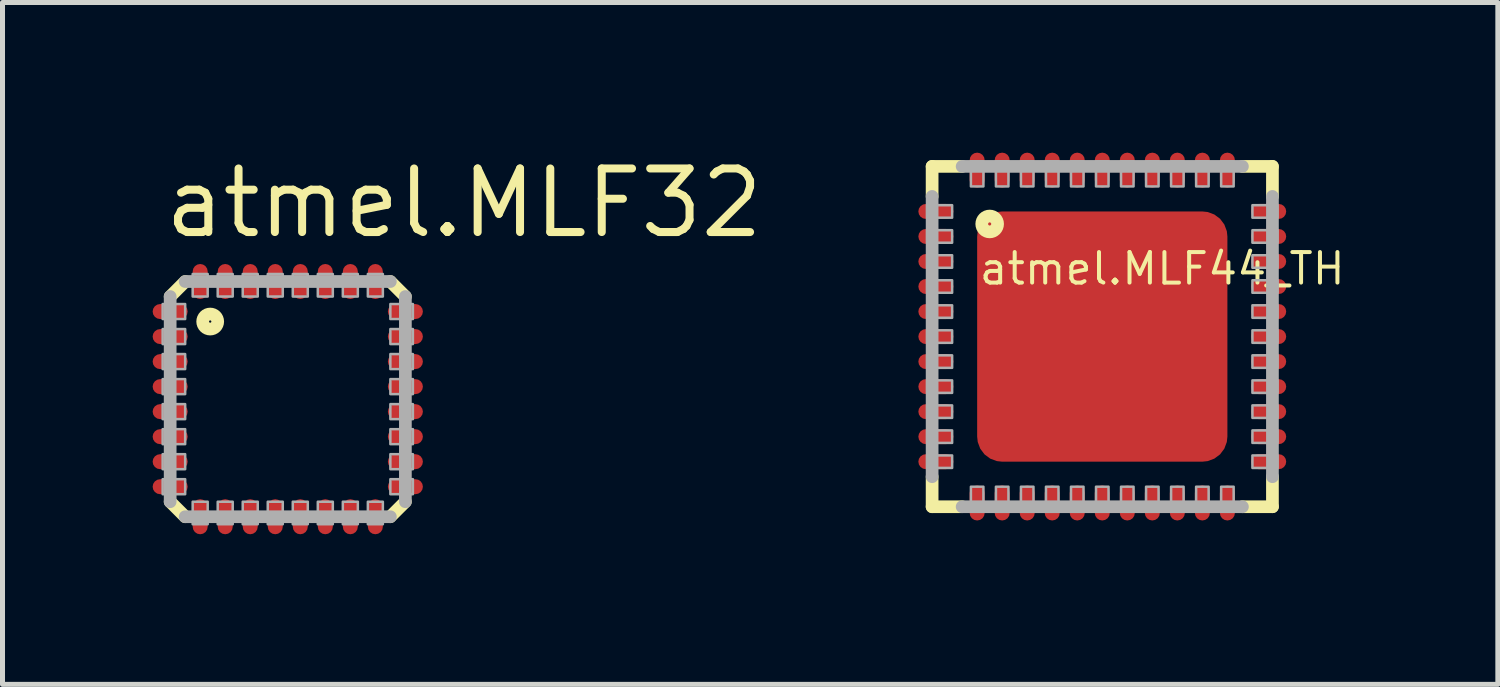
<source format=kicad_pcb>
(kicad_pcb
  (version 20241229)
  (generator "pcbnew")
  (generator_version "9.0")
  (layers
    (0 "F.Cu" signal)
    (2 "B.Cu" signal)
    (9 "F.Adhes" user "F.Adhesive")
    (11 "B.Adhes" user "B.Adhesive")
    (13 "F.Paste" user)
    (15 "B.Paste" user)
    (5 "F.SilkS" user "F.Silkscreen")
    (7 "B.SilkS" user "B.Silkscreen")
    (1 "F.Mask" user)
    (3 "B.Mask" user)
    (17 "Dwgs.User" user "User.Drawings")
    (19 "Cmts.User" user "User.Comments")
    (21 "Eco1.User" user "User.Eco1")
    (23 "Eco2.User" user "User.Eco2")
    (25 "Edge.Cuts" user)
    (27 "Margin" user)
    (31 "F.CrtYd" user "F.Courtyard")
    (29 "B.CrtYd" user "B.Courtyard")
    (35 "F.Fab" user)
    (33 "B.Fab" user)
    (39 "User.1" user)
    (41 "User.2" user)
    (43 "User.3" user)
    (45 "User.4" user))
  (footprint "atmel.MLF44_TH"
    (layer "F.Cu")
    (at 18.975 3.675)
    (property "Reference" "atmel.MLF44_TH" (at -2.5 -1 0) (layer "F.SilkS") (effects (font (size 0.61 0.61) (thickness 0.08)) (justify left bottom)))
    (attr smd)
    (fp_line (start -3.4 -3.4) (end -2.8 -3.4) (stroke (width 0.254) (type default)) (layer "F.SilkS"))
    (fp_line (start -3.4 -2.8) (end -3.4 -3.4) (stroke (width 0.254) (type default)) (layer "F.SilkS"))
    (fp_line (start -3.4 3.4) (end -3.4 2.8) (stroke (width 0.254) (type default)) (layer "F.SilkS"))
    (fp_line (start -2.8 3.4) (end -3.4 3.4) (stroke (width 0.254) (type default)) (layer "F.SilkS"))
    (fp_line (start 2.8 -3.4) (end 3.4 -3.4) (stroke (width 0.254) (type default)) (layer "F.SilkS"))
    (fp_line (start 3.4 -3.4) (end 3.4 -2.8) (stroke (width 0.254) (type default)) (layer "F.SilkS"))
    (fp_line (start 3.4 2.8) (end 3.4 3.4) (stroke (width 0.254) (type default)) (layer "F.SilkS"))
    (fp_line (start 3.4 3.4) (end 2.8 3.4) (stroke (width 0.254) (type default)) (layer "F.SilkS"))
    (fp_circle (center -2.25 -2.25) (end -2.092 -2.25) (stroke (width 0.254) (type default)) (fill no) (layer "F.SilkS"))
    (fp_line (start -3.4 2.8) (end -3.4 -2.8) (stroke (width 0.254) (type default)) (layer "F.Fab"))
    (fp_line (start -2.8 -3.4) (end 2.8 -3.4) (stroke (width 0.254) (type default)) (layer "F.Fab"))
    (fp_line (start 2.8 3.4) (end -2.8 3.4) (stroke (width 0.254) (type default)) (layer "F.Fab"))
    (fp_line (start 3.4 -2.8) (end 3.4 2.8) (stroke (width 0.254) (type default)) (layer "F.Fab"))
    (fp_rect (start -3.5 -2.375) (end -3 -2.625) (stroke (width 0.05) (type default)) (fill no) (layer "F.Fab"))
    (fp_rect (start -3.5 -1.875) (end -3 -2.125) (stroke (width 0.05) (type default)) (fill no) (layer "F.Fab"))
    (fp_rect (start -3.5 -1.375) (end -3 -1.625) (stroke (width 0.05) (type default)) (fill no) (layer "F.Fab"))
    (fp_rect (start -3.5 -0.875) (end -3 -1.125) (stroke (width 0.05) (type default)) (fill no) (layer "F.Fab"))
    (fp_rect (start -3.5 -0.375) (end -3 -0.625) (stroke (width 0.05) (type default)) (fill no) (layer "F.Fab"))
    (fp_rect (start -3.5 0.125) (end -3 -0.125) (stroke (width 0.05) (type default)) (fill no) (layer "F.Fab"))
    (fp_rect (start -3.5 0.625) (end -3 0.375) (stroke (width 0.05) (type default)) (fill no) (layer "F.Fab"))
    (fp_rect (start -3.5 1.125) (end -3 0.875) (stroke (width 0.05) (type default)) (fill no) (layer "F.Fab"))
    (fp_rect (start -3.5 1.625) (end -3 1.375) (stroke (width 0.05) (type default)) (fill no) (layer "F.Fab"))
    (fp_rect (start -3.5 2.125) (end -3 1.875) (stroke (width 0.05) (type default)) (fill no) (layer "F.Fab"))
    (fp_rect (start -3.5 2.625) (end -3 2.375) (stroke (width 0.05) (type default)) (fill no) (layer "F.Fab"))
    (fp_rect (start -2.625 -3) (end -2.375 -3.5) (stroke (width 0.05) (type default)) (fill no) (layer "F.Fab"))
    (fp_rect (start -2.625 3.5) (end -2.375 3) (stroke (width 0.05) (type default)) (fill no) (layer "F.Fab"))
    (fp_rect (start -2.125 -3) (end -1.875 -3.5) (stroke (width 0.05) (type default)) (fill no) (layer "F.Fab"))
    (fp_rect (start -2.125 3.5) (end -1.875 3) (stroke (width 0.05) (type default)) (fill no) (layer "F.Fab"))
    (fp_rect (start -1.625 -3) (end -1.375 -3.5) (stroke (width 0.05) (type default)) (fill no) (layer "F.Fab"))
    (fp_rect (start -1.625 3.5) (end -1.375 3) (stroke (width 0.05) (type default)) (fill no) (layer "F.Fab"))
    (fp_rect (start -1.125 -3) (end -0.875 -3.5) (stroke (width 0.05) (type default)) (fill no) (layer "F.Fab"))
    (fp_rect (start -1.125 3.5) (end -0.875 3) (stroke (width 0.05) (type default)) (fill no) (layer "F.Fab"))
    (fp_rect (start -0.625 -3) (end -0.375 -3.5) (stroke (width 0.05) (type default)) (fill no) (layer "F.Fab"))
    (fp_rect (start -0.625 3.5) (end -0.375 3) (stroke (width 0.05) (type default)) (fill no) (layer "F.Fab"))
    (fp_rect (start -0.125 -3) (end 0.125 -3.5) (stroke (width 0.05) (type default)) (fill no) (layer "F.Fab"))
    (fp_rect (start -0.125 3.5) (end 0.125 3) (stroke (width 0.05) (type default)) (fill no) (layer "F.Fab"))
    (fp_rect (start 0.375 -3) (end 0.625 -3.5) (stroke (width 0.05) (type default)) (fill no) (layer "F.Fab"))
    (fp_rect (start 0.375 3.5) (end 0.625 3) (stroke (width 0.05) (type default)) (fill no) (layer "F.Fab"))
    (fp_rect (start 0.875 -3) (end 1.125 -3.5) (stroke (width 0.05) (type default)) (fill no) (layer "F.Fab"))
    (fp_rect (start 0.875 3.5) (end 1.125 3) (stroke (width 0.05) (type default)) (fill no) (layer "F.Fab"))
    (fp_rect (start 1.375 -3) (end 1.625 -3.5) (stroke (width 0.05) (type default)) (fill no) (layer "F.Fab"))
    (fp_rect (start 1.375 3.5) (end 1.625 3) (stroke (width 0.05) (type default)) (fill no) (layer "F.Fab"))
    (fp_rect (start 1.875 -3) (end 2.125 -3.5) (stroke (width 0.05) (type default)) (fill no) (layer "F.Fab"))
    (fp_rect (start 1.875 3.5) (end 2.125 3) (stroke (width 0.05) (type default)) (fill no) (layer "F.Fab"))
    (fp_rect (start 2.375 -3) (end 2.625 -3.5) (stroke (width 0.05) (type default)) (fill no) (layer "F.Fab"))
    (fp_rect (start 2.375 3.5) (end 2.625 3) (stroke (width 0.05) (type default)) (fill no) (layer "F.Fab"))
    (fp_rect (start 3 -2.375) (end 3.5 -2.625) (stroke (width 0.05) (type default)) (fill no) (layer "F.Fab"))
    (fp_rect (start 3 -1.875) (end 3.5 -2.125) (stroke (width 0.05) (type default)) (fill no) (layer "F.Fab"))
    (fp_rect (start 3 -1.375) (end 3.5 -1.625) (stroke (width 0.05) (type default)) (fill no) (layer "F.Fab"))
    (fp_rect (start 3 -0.875) (end 3.5 -1.125) (stroke (width 0.05) (type default)) (fill no) (layer "F.Fab"))
    (fp_rect (start 3 -0.375) (end 3.5 -0.625) (stroke (width 0.05) (type default)) (fill no) (layer "F.Fab"))
    (fp_rect (start 3 0.125) (end 3.5 -0.125) (stroke (width 0.05) (type default)) (fill no) (layer "F.Fab"))
    (fp_rect (start 3 0.625) (end 3.5 0.375) (stroke (width 0.05) (type default)) (fill no) (layer "F.Fab"))
    (fp_rect (start 3 1.125) (end 3.5 0.875) (stroke (width 0.05) (type default)) (fill no) (layer "F.Fab"))
    (fp_rect (start 3 1.625) (end 3.5 1.375) (stroke (width 0.05) (type default)) (fill no) (layer "F.Fab"))
    (fp_rect (start 3 2.125) (end 3.5 1.875) (stroke (width 0.05) (type default)) (fill no) (layer "F.Fab"))
    (fp_rect (start 3 2.625) (end 3.5 2.375) (stroke (width 0.05) (type default)) (fill no) (layer "F.Fab"))
    (pad "1" smd roundrect (at -3.325 -2.5) (size 0.7 0.3) (layers "F.Cu" "F.Mask" "F.Paste") (roundrect_rratio 0.5))
    (pad "2" smd roundrect (at -3.325 -2) (size 0.7 0.3) (layers "F.Cu" "F.Mask" "F.Paste") (roundrect_rratio 0.5))
    (pad "3" smd roundrect (at -3.325 -1.5) (size 0.7 0.3) (layers "F.Cu" "F.Mask" "F.Paste") (roundrect_rratio 0.5))
    (pad "4" smd roundrect (at -3.325 -1) (size 0.7 0.3) (layers "F.Cu" "F.Mask" "F.Paste") (roundrect_rratio 0.5))
    (pad "5" smd roundrect (at -3.325 -0.5) (size 0.7 0.3) (layers "F.Cu" "F.Mask" "F.Paste") (roundrect_rratio 0.5))
    (pad "6" smd roundrect (at -3.325 0) (size 0.7 0.3) (layers "F.Cu" "F.Mask" "F.Paste") (roundrect_rratio 0.5))
    (pad "7" smd roundrect (at -3.325 0.5) (size 0.7 0.3) (layers "F.Cu" "F.Mask" "F.Paste") (roundrect_rratio 0.5))
    (pad "8" smd roundrect (at -3.325 1) (size 0.7 0.3) (layers "F.Cu" "F.Mask" "F.Paste") (roundrect_rratio 0.5))
    (pad "9" smd roundrect (at -3.325 1.5) (size 0.7 0.3) (layers "F.Cu" "F.Mask" "F.Paste") (roundrect_rratio 0.5))
    (pad "10" smd roundrect (at -3.325 2) (size 0.7 0.3) (layers "F.Cu" "F.Mask" "F.Paste") (roundrect_rratio 0.5))
    (pad "11" smd roundrect (at -3.325 2.5) (size 0.7 0.3) (layers "F.Cu" "F.Mask" "F.Paste") (roundrect_rratio 0.5))
    (pad "12" smd roundrect (at -2.5 3.325) (size 0.3 0.7) (layers "F.Cu" "F.Mask" "F.Paste") (roundrect_rratio 0.5))
    (pad "13" smd roundrect (at -2 3.325) (size 0.3 0.7) (layers "F.Cu" "F.Mask" "F.Paste") (roundrect_rratio 0.5))
    (pad "14" smd roundrect (at -1.5 3.325) (size 0.3 0.7) (layers "F.Cu" "F.Mask" "F.Paste") (roundrect_rratio 0.5))
    (pad "15" smd roundrect (at -1 3.325) (size 0.3 0.7) (layers "F.Cu" "F.Mask" "F.Paste") (roundrect_rratio 0.5))
    (pad "16" smd roundrect (at -0.5 3.325) (size 0.3 0.7) (layers "F.Cu" "F.Mask" "F.Paste") (roundrect_rratio 0.5))
    (pad "17" smd roundrect (at 0 3.325) (size 0.3 0.7) (layers "F.Cu" "F.Mask" "F.Paste") (roundrect_rratio 0.5))
    (pad "18" smd roundrect (at 0.5 3.325) (size 0.3 0.7) (layers "F.Cu" "F.Mask" "F.Paste") (roundrect_rratio 0.5))
    (pad "19" smd roundrect (at 1 3.325) (size 0.3 0.7) (layers "F.Cu" "F.Mask" "F.Paste") (roundrect_rratio 0.5))
    (pad "20" smd roundrect (at 1.5 3.325) (size 0.3 0.7) (layers "F.Cu" "F.Mask" "F.Paste") (roundrect_rratio 0.5))
    (pad "21" smd roundrect (at 2 3.325) (size 0.3 0.7) (layers "F.Cu" "F.Mask" "F.Paste") (roundrect_rratio 0.5))
    (pad "22" smd roundrect (at 2.5 3.325) (size 0.3 0.7) (layers "F.Cu" "F.Mask" "F.Paste") (roundrect_rratio 0.5))
    (pad "23" smd roundrect (at 3.325 2.5) (size 0.7 0.3) (layers "F.Cu" "F.Mask" "F.Paste") (roundrect_rratio 0.5))
    (pad "24" smd roundrect (at 3.325 2) (size 0.7 0.3) (layers "F.Cu" "F.Mask" "F.Paste") (roundrect_rratio 0.5))
    (pad "25" smd roundrect (at 3.325 1.5) (size 0.7 0.3) (layers "F.Cu" "F.Mask" "F.Paste") (roundrect_rratio 0.5))
    (pad "26" smd roundrect (at 3.325 1) (size 0.7 0.3) (layers "F.Cu" "F.Mask" "F.Paste") (roundrect_rratio 0.5))
    (pad "27" smd roundrect (at 3.325 0.5) (size 0.7 0.3) (layers "F.Cu" "F.Mask" "F.Paste") (roundrect_rratio 0.5))
    (pad "28" smd roundrect (at 3.325 0) (size 0.7 0.3) (layers "F.Cu" "F.Mask" "F.Paste") (roundrect_rratio 0.5))
    (pad "29" smd roundrect (at 3.325 -0.5) (size 0.7 0.3) (layers "F.Cu" "F.Mask" "F.Paste") (roundrect_rratio 0.5))
    (pad "30" smd roundrect (at 3.325 -1) (size 0.7 0.3) (layers "F.Cu" "F.Mask" "F.Paste") (roundrect_rratio 0.5))
    (pad "31" smd roundrect (at 3.325 -1.5) (size 0.7 0.3) (layers "F.Cu" "F.Mask" "F.Paste") (roundrect_rratio 0.5))
    (pad "32" smd roundrect (at 3.325 -2) (size 0.7 0.3) (layers "F.Cu" "F.Mask" "F.Paste") (roundrect_rratio 0.5))
    (pad "33" smd roundrect (at 3.325 -2.5) (size 0.7 0.3) (layers "F.Cu" "F.Mask" "F.Paste") (roundrect_rratio 0.5))
    (pad "34" smd roundrect (at 2.5 -3.325) (size 0.3 0.7) (layers "F.Cu" "F.Mask" "F.Paste") (roundrect_rratio 0.5))
    (pad "35" smd roundrect (at 2 -3.325) (size 0.3 0.7) (layers "F.Cu" "F.Mask" "F.Paste") (roundrect_rratio 0.5))
    (pad "36" smd roundrect (at 1.5 -3.325) (size 0.3 0.7) (layers "F.Cu" "F.Mask" "F.Paste") (roundrect_rratio 0.5))
    (pad "37" smd roundrect (at 1 -3.325) (size 0.3 0.7) (layers "F.Cu" "F.Mask" "F.Paste") (roundrect_rratio 0.5))
    (pad "38" smd roundrect (at 0.5 -3.325) (size 0.3 0.7) (layers "F.Cu" "F.Mask" "F.Paste") (roundrect_rratio 0.5))
    (pad "39" smd roundrect (at 0 -3.325) (size 0.3 0.7) (layers "F.Cu" "F.Mask" "F.Paste") (roundrect_rratio 0.5))
    (pad "40" smd roundrect (at -0.5 -3.325) (size 0.3 0.7) (layers "F.Cu" "F.Mask" "F.Paste") (roundrect_rratio 0.5))
    (pad "41" smd roundrect (at -1 -3.325) (size 0.3 0.7) (layers "F.Cu" "F.Mask" "F.Paste") (roundrect_rratio 0.5))
    (pad "42" smd roundrect (at -1.5 -3.325) (size 0.3 0.7) (layers "F.Cu" "F.Mask" "F.Paste") (roundrect_rratio 0.5))
    (pad "43" smd roundrect (at -2 -3.325) (size 0.3 0.7) (layers "F.Cu" "F.Mask" "F.Paste") (roundrect_rratio 0.5))
    (pad "44" smd roundrect (at -2.5 -3.325) (size 0.3 0.7) (layers "F.Cu" "F.Mask" "F.Paste") (roundrect_rratio 0.5))
    (pad "TH" smd roundrect (at 0 0) (size 5 5) (layers "F.Cu" "F.Mask" "F.Paste") (roundrect_rratio 0.1)))
  (footprint "atmel.MLF32"
    (layer "F.Cu")
    (at 2.7 4.925)
    (property "Reference" "atmel.MLF32" (at -2.54 -3.175 0) (layer "F.SilkS") (effects (font (size 1.27 1.27) (thickness 0.16)) (justify left bottom)))
    (attr smd)
    (fp_line (start -2.35 -2.05) (end -2.05 -2.35) (stroke (width 0.254) (type default)) (layer "F.SilkS"))
    (fp_line (start -2.05 2.35) (end -2.35 2.05) (stroke (width 0.254) (type default)) (layer "F.SilkS"))
    (fp_line (start 2.05 -2.35) (end 2.35 -2.05) (stroke (width 0.254) (type default)) (layer "F.SilkS"))
    (fp_line (start 2.35 2.05) (end 2.05 2.35) (stroke (width 0.254) (type default)) (layer "F.SilkS"))
    (fp_circle (center -1.55 -1.55) (end -1.4 -1.55) (stroke (width 0.254) (type default)) (fill no) (layer "F.SilkS"))
    (fp_line (start -2.35 2.05) (end -2.35 -2.05) (stroke (width 0.254) (type default)) (layer "F.Fab"))
    (fp_line (start -2.05 -2.35) (end 2.05 -2.35) (stroke (width 0.254) (type default)) (layer "F.Fab"))
    (fp_line (start 2.05 2.35) (end -2.05 2.35) (stroke (width 0.254) (type default)) (layer "F.Fab"))
    (fp_line (start 2.35 -2.05) (end 2.35 2.05) (stroke (width 0.254) (type default)) (layer "F.Fab"))
    (fp_rect (start -2.5 -1.6) (end -2.05 -1.9) (stroke (width 0.05) (type default)) (fill no) (layer "F.Fab"))
    (fp_rect (start -2.5 -1.1) (end -2.05 -1.4) (stroke (width 0.05) (type default)) (fill no) (layer "F.Fab"))
    (fp_rect (start -2.5 -0.6) (end -2.05 -0.9) (stroke (width 0.05) (type default)) (fill no) (layer "F.Fab"))
    (fp_rect (start -2.5 -0.1) (end -2.05 -0.4) (stroke (width 0.05) (type default)) (fill no) (layer "F.Fab"))
    (fp_rect (start -2.5 0.4) (end -2.05 0.1) (stroke (width 0.05) (type default)) (fill no) (layer "F.Fab"))
    (fp_rect (start -2.5 0.9) (end -2.05 0.6) (stroke (width 0.05) (type default)) (fill no) (layer "F.Fab"))
    (fp_rect (start -2.5 1.4) (end -2.05 1.1) (stroke (width 0.05) (type default)) (fill no) (layer "F.Fab"))
    (fp_rect (start -2.5 1.9) (end -2.05 1.6) (stroke (width 0.05) (type default)) (fill no) (layer "F.Fab"))
    (fp_rect (start -1.9 -2.05) (end -1.6 -2.5) (stroke (width 0.05) (type default)) (fill no) (layer "F.Fab"))
    (fp_rect (start -1.9 2.5) (end -1.6 2.05) (stroke (width 0.05) (type default)) (fill no) (layer "F.Fab"))
    (fp_rect (start -1.4 -2.05) (end -1.1 -2.5) (stroke (width 0.05) (type default)) (fill no) (layer "F.Fab"))
    (fp_rect (start -1.4 2.5) (end -1.1 2.05) (stroke (width 0.05) (type default)) (fill no) (layer "F.Fab"))
    (fp_rect (start -0.9 -2.05) (end -0.6 -2.5) (stroke (width 0.05) (type default)) (fill no) (layer "F.Fab"))
    (fp_rect (start -0.9 2.5) (end -0.6 2.05) (stroke (width 0.05) (type default)) (fill no) (layer "F.Fab"))
    (fp_rect (start -0.4 -2.05) (end -0.1 -2.5) (stroke (width 0.05) (type default)) (fill no) (layer "F.Fab"))
    (fp_rect (start -0.4 2.5) (end -0.1 2.05) (stroke (width 0.05) (type default)) (fill no) (layer "F.Fab"))
    (fp_rect (start 0.1 -2.05) (end 0.4 -2.5) (stroke (width 0.05) (type default)) (fill no) (layer "F.Fab"))
    (fp_rect (start 0.1 2.5) (end 0.4 2.05) (stroke (width 0.05) (type default)) (fill no) (layer "F.Fab"))
    (fp_rect (start 0.6 -2.05) (end 0.9 -2.5) (stroke (width 0.05) (type default)) (fill no) (layer "F.Fab"))
    (fp_rect (start 0.6 2.5) (end 0.9 2.05) (stroke (width 0.05) (type default)) (fill no) (layer "F.Fab"))
    (fp_rect (start 1.1 -2.05) (end 1.4 -2.5) (stroke (width 0.05) (type default)) (fill no) (layer "F.Fab"))
    (fp_rect (start 1.1 2.5) (end 1.4 2.05) (stroke (width 0.05) (type default)) (fill no) (layer "F.Fab"))
    (fp_rect (start 1.6 -2.05) (end 1.9 -2.5) (stroke (width 0.05) (type default)) (fill no) (layer "F.Fab"))
    (fp_rect (start 1.6 2.5) (end 1.9 2.05) (stroke (width 0.05) (type default)) (fill no) (layer "F.Fab"))
    (fp_rect (start 2.05 -1.6) (end 2.5 -1.9) (stroke (width 0.05) (type default)) (fill no) (layer "F.Fab"))
    (fp_rect (start 2.05 -1.1) (end 2.5 -1.4) (stroke (width 0.05) (type default)) (fill no) (layer "F.Fab"))
    (fp_rect (start 2.05 -0.6) (end 2.5 -0.9) (stroke (width 0.05) (type default)) (fill no) (layer "F.Fab"))
    (fp_rect (start 2.05 -0.1) (end 2.5 -0.4) (stroke (width 0.05) (type default)) (fill no) (layer "F.Fab"))
    (fp_rect (start 2.05 0.4) (end 2.5 0.1) (stroke (width 0.05) (type default)) (fill no) (layer "F.Fab"))
    (fp_rect (start 2.05 0.9) (end 2.5 0.6) (stroke (width 0.05) (type default)) (fill no) (layer "F.Fab"))
    (fp_rect (start 2.05 1.4) (end 2.5 1.1) (stroke (width 0.05) (type default)) (fill no) (layer "F.Fab"))
    (fp_rect (start 2.05 1.9) (end 2.5 1.6) (stroke (width 0.05) (type default)) (fill no) (layer "F.Fab"))
    (pad "1" smd roundrect (at -2.35 -1.75) (size 0.7 0.3) (layers "F.Cu" "F.Mask" "F.Paste") (roundrect_rratio 0.5))
    (pad "2" smd roundrect (at -2.35 -1.25) (size 0.7 0.3) (layers "F.Cu" "F.Mask" "F.Paste") (roundrect_rratio 0.5))
    (pad "3" smd roundrect (at -2.35 -0.75) (size 0.7 0.3) (layers "F.Cu" "F.Mask" "F.Paste") (roundrect_rratio 0.5))
    (pad "4" smd roundrect (at -2.35 -0.25) (size 0.7 0.3) (layers "F.Cu" "F.Mask" "F.Paste") (roundrect_rratio 0.5))
    (pad "5" smd roundrect (at -2.35 0.25) (size 0.7 0.3) (layers "F.Cu" "F.Mask" "F.Paste") (roundrect_rratio 0.5))
    (pad "6" smd roundrect (at -2.35 0.75) (size 0.7 0.3) (layers "F.Cu" "F.Mask" "F.Paste") (roundrect_rratio 0.5))
    (pad "7" smd roundrect (at -2.35 1.25) (size 0.7 0.3) (layers "F.Cu" "F.Mask" "F.Paste") (roundrect_rratio 0.5))
    (pad "8" smd roundrect (at -2.35 1.75) (size 0.7 0.3) (layers "F.Cu" "F.Mask" "F.Paste") (roundrect_rratio 0.5))
    (pad "9" smd roundrect (at -1.75 2.35) (size 0.3 0.7) (layers "F.Cu" "F.Mask" "F.Paste") (roundrect_rratio 0.5))
    (pad "10" smd roundrect (at -1.25 2.35) (size 0.3 0.7) (layers "F.Cu" "F.Mask" "F.Paste") (roundrect_rratio 0.5))
    (pad "11" smd roundrect (at -0.75 2.35) (size 0.3 0.7) (layers "F.Cu" "F.Mask" "F.Paste") (roundrect_rratio 0.5))
    (pad "12" smd roundrect (at -0.25 2.35) (size 0.3 0.7) (layers "F.Cu" "F.Mask" "F.Paste") (roundrect_rratio 0.5))
    (pad "13" smd roundrect (at 0.25 2.35) (size 0.3 0.7) (layers "F.Cu" "F.Mask" "F.Paste") (roundrect_rratio 0.5))
    (pad "14" smd roundrect (at 0.75 2.35) (size 0.3 0.7) (layers "F.Cu" "F.Mask" "F.Paste") (roundrect_rratio 0.5))
    (pad "15" smd roundrect (at 1.25 2.35) (size 0.3 0.7) (layers "F.Cu" "F.Mask" "F.Paste") (roundrect_rratio 0.5))
    (pad "16" smd roundrect (at 1.75 2.35) (size 0.3 0.7) (layers "F.Cu" "F.Mask" "F.Paste") (roundrect_rratio 0.5))
    (pad "17" smd roundrect (at 2.35 1.75) (size 0.7 0.3) (layers "F.Cu" "F.Mask" "F.Paste") (roundrect_rratio 0.5))
    (pad "18" smd roundrect (at 2.35 1.25) (size 0.7 0.3) (layers "F.Cu" "F.Mask" "F.Paste") (roundrect_rratio 0.5))
    (pad "19" smd roundrect (at 2.35 0.75) (size 0.7 0.3) (layers "F.Cu" "F.Mask" "F.Paste") (roundrect_rratio 0.5))
    (pad "20" smd roundrect (at 2.35 0.25) (size 0.7 0.3) (layers "F.Cu" "F.Mask" "F.Paste") (roundrect_rratio 0.5))
    (pad "21" smd roundrect (at 2.35 -0.25) (size 0.7 0.3) (layers "F.Cu" "F.Mask" "F.Paste") (roundrect_rratio 0.5))
    (pad "22" smd roundrect (at 2.35 -0.75) (size 0.7 0.3) (layers "F.Cu" "F.Mask" "F.Paste") (roundrect_rratio 0.5))
    (pad "23" smd roundrect (at 2.35 -1.25) (size 0.7 0.3) (layers "F.Cu" "F.Mask" "F.Paste") (roundrect_rratio 0.5))
    (pad "24" smd roundrect (at 2.35 -1.75) (size 0.7 0.3) (layers "F.Cu" "F.Mask" "F.Paste") (roundrect_rratio 0.5))
    (pad "25" smd roundrect (at 1.75 -2.35) (size 0.3 0.7) (layers "F.Cu" "F.Mask" "F.Paste") (roundrect_rratio 0.5))
    (pad "26" smd roundrect (at 1.25 -2.35) (size 0.3 0.7) (layers "F.Cu" "F.Mask" "F.Paste") (roundrect_rratio 0.5))
    (pad "27" smd roundrect (at 0.75 -2.35) (size 0.3 0.7) (layers "F.Cu" "F.Mask" "F.Paste") (roundrect_rratio 0.5))
    (pad "28" smd roundrect (at 0.25 -2.35) (size 0.3 0.7) (layers "F.Cu" "F.Mask" "F.Paste") (roundrect_rratio 0.5))
    (pad "29" smd roundrect (at -0.25 -2.35) (size 0.3 0.7) (layers "F.Cu" "F.Mask" "F.Paste") (roundrect_rratio 0.5))
    (pad "30" smd roundrect (at -0.75 -2.35) (size 0.3 0.7) (layers "F.Cu" "F.Mask" "F.Paste") (roundrect_rratio 0.5))
    (pad "31" smd roundrect (at -1.25 -2.35) (size 0.3 0.7) (layers "F.Cu" "F.Mask" "F.Paste") (roundrect_rratio 0.5))
    (pad "32" smd roundrect (at -1.75 -2.35) (size 0.3 0.7) (layers "F.Cu" "F.Mask" "F.Paste") (roundrect_rratio 0.5)))
  (gr_rect
    (start -3 -3)
    (end 26.879 10.625)
    (stroke (width 0.1) (type default))
    (fill no)
    (layer "Edge.Cuts")))
</source>
